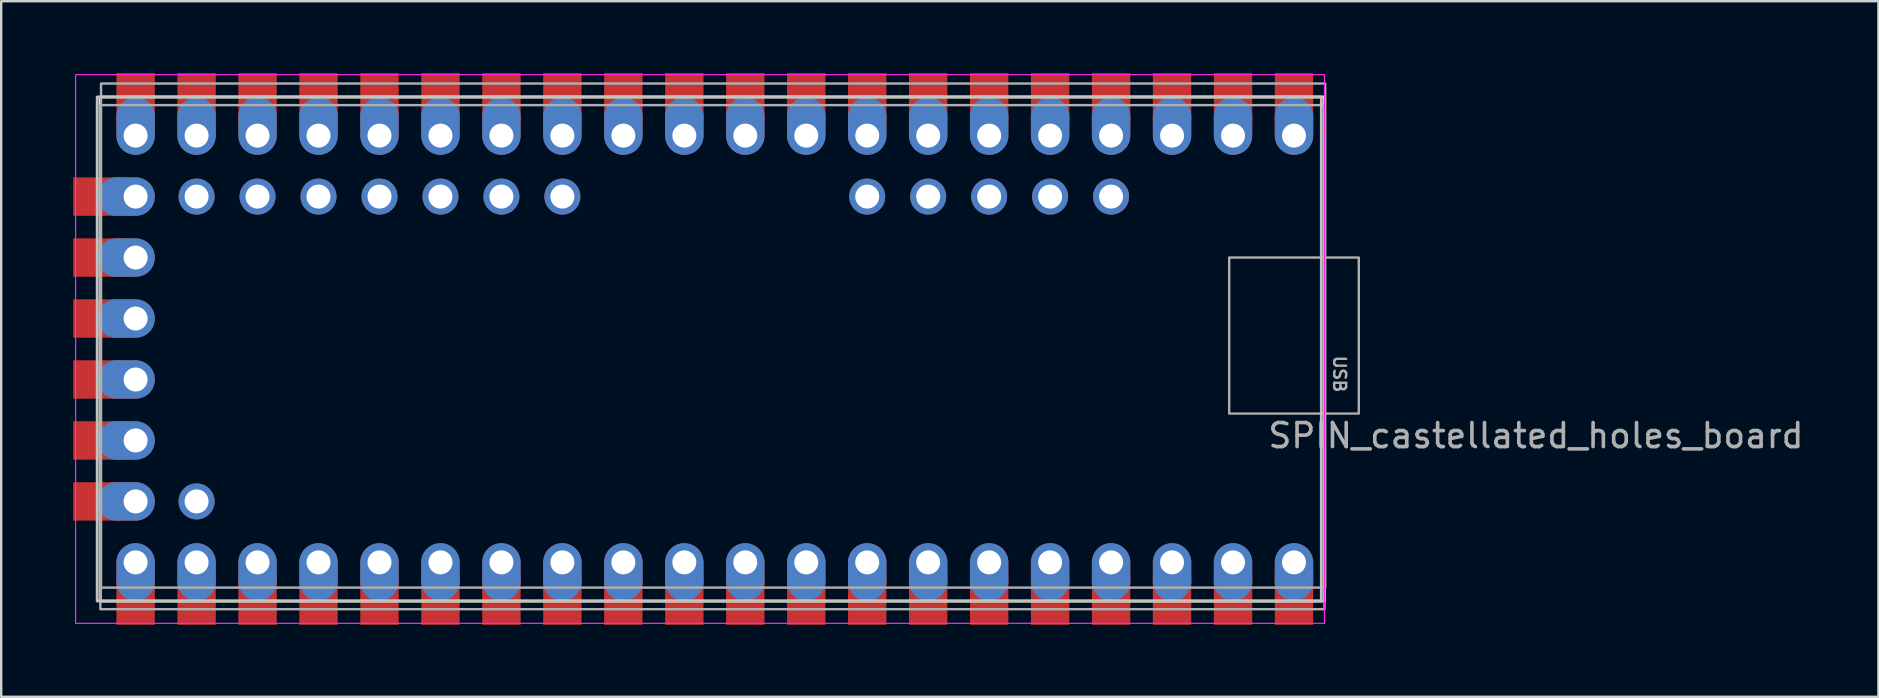
<source format=kicad_pcb>
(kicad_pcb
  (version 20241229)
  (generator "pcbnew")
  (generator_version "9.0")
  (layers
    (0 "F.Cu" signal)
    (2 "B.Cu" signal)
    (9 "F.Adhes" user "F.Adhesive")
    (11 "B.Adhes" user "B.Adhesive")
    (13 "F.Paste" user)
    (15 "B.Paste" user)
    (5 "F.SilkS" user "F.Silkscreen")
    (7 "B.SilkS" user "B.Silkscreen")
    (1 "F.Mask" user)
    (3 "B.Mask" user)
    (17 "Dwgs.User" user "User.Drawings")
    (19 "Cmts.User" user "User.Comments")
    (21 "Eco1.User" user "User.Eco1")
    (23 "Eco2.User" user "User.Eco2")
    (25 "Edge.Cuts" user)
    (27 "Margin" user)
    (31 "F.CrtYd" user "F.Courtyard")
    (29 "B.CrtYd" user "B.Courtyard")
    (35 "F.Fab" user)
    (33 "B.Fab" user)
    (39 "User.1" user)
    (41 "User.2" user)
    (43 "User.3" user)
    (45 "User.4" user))
  (footprint "SPIN_castellated_holes_board"
    (layer "F.Cu")
    (at 50.86 2.6)
    (property "Reference" "SPIN_castellated_holes_board" (at 10.08 12.5 0) (unlocked yes) (layer "F.Fab") (effects (font (size 1 1) (thickness 0.15))))
    (attr through_hole exclude_from_pos_files exclude_from_bom allow_missing_courtyard)
    (fp_rect (start -49.73 -1.61) (end 1.27 19.39) (stroke (width 0.12) (type solid)) (fill no) (layer "F.SilkS"))
    (fp_rect (start -49.86 -1.61) (end 1.14 19.39) (stroke (width 0.12) (type solid)) (fill no) (layer "Dwgs.User"))
    (fp_rect (start -50.76 -2.54) (end 1.27 20.32) (stroke (width 0.05) (type solid)) (fill no) (layer "F.CrtYd"))
    (fp_rect (start -49.73 -1.27) (end 1.27 19.73) (stroke (width 0.1) (type solid)) (fill no) (layer "F.Fab"))
    (fp_rect (start -49.7 -2.17) (end 1.3 18.83) (stroke (width 0.1) (type solid)) (fill no) (layer "F.Fab"))
    (fp_rect (start -2.7 5.08) (end 2.7 11.58) (stroke (width 0.1) (type solid)) (fill no) (layer "F.Fab"))
    (fp_text user "USB" (at 1.9 9.93 270) (unlocked yes) (layer "F.Fab") (effects (font (size 0.5 0.5) (thickness 0.1))))
    (pad "1" smd rect (at 0 -1.6) (size 1.6 2) (layers "F.Cu" "F.Mask" "F.Paste"))
    (pad "1" thru_hole oval (at 0 0) (size 1.6 2.4) (drill 1 (offset 0 -0.4)) (layers "*.Cu" "*.Mask"))
    (pad "2" smd rect (at -2.54 -1.6) (size 1.6 2) (layers "F.Cu" "F.Mask" "F.Paste"))
    (pad "2" thru_hole oval (at -2.54 0) (size 1.6 2.4) (drill 1 (offset 0 -0.4)) (layers "*.Cu" "*.Mask"))
    (pad "3" smd rect (at -5.08 -1.6) (size 1.6 2) (layers "F.Cu" "F.Mask" "F.Paste"))
    (pad "3" thru_hole oval (at -5.08 0) (size 1.6 2.4) (drill 1 (offset 0 -0.4)) (layers "*.Cu" "*.Mask"))
    (pad "4" smd rect (at -7.62 -1.6) (size 1.6 2) (layers "F.Cu" "F.Mask" "F.Paste"))
    (pad "4" thru_hole oval (at -7.62 0) (size 1.6 2.4) (drill 1 (offset 0 -0.4)) (layers "*.Cu" "*.Mask"))
    (pad "5" smd rect (at -10.16 -1.6) (size 1.6 2) (layers "F.Cu" "F.Mask" "F.Paste"))
    (pad "5" thru_hole oval (at -10.16 0) (size 1.6 2.4) (drill 1 (offset 0 -0.4)) (layers "*.Cu" "*.Mask"))
    (pad "6" smd rect (at -12.7 -1.6) (size 1.6 2) (layers "F.Cu" "F.Mask" "F.Paste"))
    (pad "6" thru_hole oval (at -12.7 0) (size 1.6 2.4) (drill 1 (offset 0 -0.4)) (layers "*.Cu" "*.Mask"))
    (pad "7" smd rect (at -15.24 -1.6) (size 1.6 2) (layers "F.Cu" "F.Mask" "F.Paste"))
    (pad "7" thru_hole oval (at -15.24 0) (size 1.6 2.4) (drill 1 (offset 0 -0.4)) (layers "*.Cu" "*.Mask"))
    (pad "8" smd rect (at -17.78 -1.6) (size 1.6 2) (layers "F.Cu" "F.Mask" "F.Paste"))
    (pad "8" thru_hole oval (at -17.78 0) (size 1.6 2.4) (drill 1 (offset 0 -0.4)) (layers "*.Cu" "*.Mask"))
    (pad "9" smd rect (at -20.32 -1.6) (size 1.6 2) (layers "F.Cu" "F.Mask" "F.Paste"))
    (pad "9" thru_hole oval (at -20.32 0) (size 1.6 2.4) (drill 1 (offset 0 -0.4)) (layers "*.Cu" "*.Mask"))
    (pad "10" smd rect (at -22.86 -1.6) (size 1.6 2) (layers "F.Cu" "F.Mask" "F.Paste"))
    (pad "10" thru_hole oval (at -22.86 0) (size 1.6 2.4) (drill 1 (offset 0 -0.4)) (layers "*.Cu" "*.Mask"))
    (pad "11" smd rect (at -25.4 -1.6) (size 1.6 2) (layers "F.Cu" "F.Mask" "F.Paste"))
    (pad "11" thru_hole oval (at -25.4 0) (size 1.6 2.4) (drill 1 (offset 0 -0.4)) (layers "*.Cu" "*.Mask"))
    (pad "12" smd rect (at -27.94 -1.6) (size 1.6 2) (layers "F.Cu" "F.Mask" "F.Paste"))
    (pad "12" thru_hole oval (at -27.94 0) (size 1.6 2.4) (drill 1 (offset 0 -0.4)) (layers "*.Cu" "*.Mask"))
    (pad "13" smd rect (at -30.48 -1.6) (size 1.6 2) (layers "F.Cu" "F.Mask" "F.Paste"))
    (pad "13" thru_hole oval (at -30.48 0) (size 1.6 2.4) (drill 1 (offset 0 -0.4)) (layers "*.Cu" "*.Mask"))
    (pad "14" smd rect (at -33.02 -1.6) (size 1.6 2) (layers "F.Cu" "F.Mask" "F.Paste"))
    (pad "14" thru_hole oval (at -33.02 0) (size 1.6 2.4) (drill 1 (offset 0 -0.4)) (layers "*.Cu" "*.Mask"))
    (pad "15" smd rect (at -35.56 -1.6) (size 1.6 2) (layers "F.Cu" "F.Mask" "F.Paste"))
    (pad "15" thru_hole oval (at -35.56 0) (size 1.6 2.4) (drill 1 (offset 0 -0.4)) (layers "*.Cu" "*.Mask"))
    (pad "16" smd rect (at -38.1 -1.6) (size 1.6 2) (layers "F.Cu" "F.Mask" "F.Paste"))
    (pad "16" thru_hole oval (at -38.1 0) (size 1.6 2.4) (drill 1 (offset 0 -0.4)) (layers "*.Cu" "*.Mask"))
    (pad "17" smd rect (at -40.64 -1.6) (size 1.6 2) (layers "F.Cu" "F.Mask" "F.Paste"))
    (pad "17" thru_hole oval (at -40.64 0) (size 1.6 2.4) (drill 1 (offset 0 -0.4)) (layers "*.Cu" "*.Mask"))
    (pad "18" smd rect (at -43.18 -1.6) (size 1.6 2) (layers "F.Cu" "F.Mask" "F.Paste"))
    (pad "18" thru_hole oval (at -43.18 0) (size 1.6 2.4) (drill 1 (offset 0 -0.4)) (layers "*.Cu" "*.Mask"))
    (pad "19" smd rect (at -45.72 -1.6) (size 1.6 2) (layers "F.Cu" "F.Mask" "F.Paste"))
    (pad "19" thru_hole oval (at -45.72 0) (size 1.6 2.4) (drill 1 (offset 0 -0.4)) (layers "*.Cu" "*.Mask"))
    (pad "20" smd rect (at -48.26 -1.6) (size 1.6 2) (layers "F.Cu" "F.Mask" "F.Paste"))
    (pad "20" thru_hole oval (at -48.26 0) (size 1.6 2.4) (drill 1 (offset 0 -0.4)) (layers "*.Cu" "*.Mask"))
    (pad "21" thru_hole oval (at -48.26 17.78 180) (size 1.6 2.4) (drill 1 (offset 0 -0.4)) (layers "*.Cu" "*.Mask"))
    (pad "21" smd rect (at -48.26 19.38) (size 1.6 2) (layers "F.Cu" "F.Mask" "F.Paste"))
    (pad "22" thru_hole oval (at -45.72 17.78 180) (size 1.6 2.4) (drill 1 (offset 0 -0.4)) (layers "*.Cu" "*.Mask"))
    (pad "22" smd rect (at -45.72 19.38) (size 1.6 2) (layers "F.Cu" "F.Mask" "F.Paste"))
    (pad "23" thru_hole oval (at -43.18 17.78 180) (size 1.6 2.4) (drill 1 (offset 0 -0.4)) (layers "*.Cu" "*.Mask"))
    (pad "23" smd rect (at -43.18 19.38) (size 1.6 2) (layers "F.Cu" "F.Mask" "F.Paste"))
    (pad "24" thru_hole oval (at -40.64 17.78 180) (size 1.6 2.4) (drill 1 (offset 0 -0.4)) (layers "*.Cu" "*.Mask"))
    (pad "24" smd rect (at -40.64 19.38) (size 1.6 2) (layers "F.Cu" "F.Mask" "F.Paste"))
    (pad "25" thru_hole oval (at -38.1 17.78 180) (size 1.6 2.4) (drill 1 (offset 0 -0.4)) (layers "*.Cu" "*.Mask"))
    (pad "25" smd rect (at -38.1 19.38) (size 1.6 2) (layers "F.Cu" "F.Mask" "F.Paste"))
    (pad "26" thru_hole oval (at -35.56 17.78 180) (size 1.6 2.4) (drill 1 (offset 0 -0.4)) (layers "*.Cu" "*.Mask"))
    (pad "26" smd rect (at -35.56 19.38) (size 1.6 2) (layers "F.Cu" "F.Mask" "F.Paste"))
    (pad "27" thru_hole oval (at -33.02 17.78 180) (size 1.6 2.4) (drill 1 (offset 0 -0.4)) (layers "*.Cu" "*.Mask"))
    (pad "27" smd rect (at -33.02 19.38) (size 1.6 2) (layers "F.Cu" "F.Mask" "F.Paste"))
    (pad "28" thru_hole oval (at -30.48 17.78 180) (size 1.6 2.4) (drill 1 (offset 0 -0.4)) (layers "*.Cu" "*.Mask"))
    (pad "28" smd rect (at -30.48 19.38) (size 1.6 2) (layers "F.Cu" "F.Mask" "F.Paste"))
    (pad "29" thru_hole oval (at -27.94 17.78 180) (size 1.6 2.4) (drill 1 (offset 0 -0.4)) (layers "*.Cu" "*.Mask"))
    (pad "29" smd rect (at -27.94 19.38) (size 1.6 2) (layers "F.Cu" "F.Mask" "F.Paste"))
    (pad "30" thru_hole oval (at -25.4 17.78 180) (size 1.6 2.4) (drill 1 (offset 0 -0.4)) (layers "*.Cu" "*.Mask"))
    (pad "30" smd rect (at -25.4 19.38) (size 1.6 2) (layers "F.Cu" "F.Mask" "F.Paste"))
    (pad "31" thru_hole oval (at -22.86 17.78 180) (size 1.6 2.4) (drill 1 (offset 0 -0.4)) (layers "*.Cu" "*.Mask"))
    (pad "31" smd rect (at -22.86 19.38) (size 1.6 2) (layers "F.Cu" "F.Mask" "F.Paste"))
    (pad "32" thru_hole oval (at -20.32 17.78 180) (size 1.6 2.4) (drill 1 (offset 0 -0.4)) (layers "*.Cu" "*.Mask"))
    (pad "32" smd rect (at -20.32 19.38) (size 1.6 2) (layers "F.Cu" "F.Mask" "F.Paste"))
    (pad "33" thru_hole oval (at -17.78 17.78 180) (size 1.6 2.4) (drill 1 (offset 0 -0.4)) (layers "*.Cu" "*.Mask"))
    (pad "33" smd rect (at -17.78 19.38) (size 1.6 2) (layers "F.Cu" "F.Mask" "F.Paste"))
    (pad "34" thru_hole oval (at -15.24 17.78 180) (size 1.6 2.4) (drill 1 (offset 0 -0.4)) (layers "*.Cu" "*.Mask"))
    (pad "34" smd rect (at -15.24 19.38) (size 1.6 2) (layers "F.Cu" "F.Mask" "F.Paste"))
    (pad "35" thru_hole oval (at -12.7 17.78 180) (size 1.6 2.4) (drill 1 (offset 0 -0.4)) (layers "*.Cu" "*.Mask"))
    (pad "35" smd rect (at -12.7 19.38) (size 1.6 2) (layers "F.Cu" "F.Mask" "F.Paste"))
    (pad "36" thru_hole oval (at -10.16 17.78 180) (size 1.6 2.4) (drill 1 (offset 0 -0.4)) (layers "*.Cu" "*.Mask"))
    (pad "36" smd rect (at -10.16 19.38) (size 1.6 2) (layers "F.Cu" "F.Mask" "F.Paste"))
    (pad "37" thru_hole oval (at -7.62 17.78 180) (size 1.6 2.4) (drill 1 (offset 0 -0.4)) (layers "*.Cu" "*.Mask"))
    (pad "37" smd rect (at -7.62 19.38) (size 1.6 2) (layers "F.Cu" "F.Mask" "F.Paste"))
    (pad "38" thru_hole oval (at -5.08 17.78 180) (size 1.6 2.4) (drill 1 (offset 0 -0.4)) (layers "*.Cu" "*.Mask"))
    (pad "38" smd rect (at -5.08 19.38) (size 1.6 2) (layers "F.Cu" "F.Mask" "F.Paste"))
    (pad "39" thru_hole oval (at -2.54 17.78 180) (size 1.6 2.4) (drill 1 (offset 0 -0.4)) (layers "*.Cu" "*.Mask"))
    (pad "39" smd rect (at -2.54 19.38) (size 1.6 2) (layers "F.Cu" "F.Mask" "F.Paste"))
    (pad "40" thru_hole oval (at 0 17.78 180) (size 1.6 2.4) (drill 1 (offset 0 -0.4)) (layers "*.Cu" "*.Mask"))
    (pad "40" smd rect (at 0 19.38) (size 1.6 2) (layers "F.Cu" "F.Mask" "F.Paste"))
    (pad "41" thru_hole circle (at -7.62 2.54 90) (size 1.5 1.5) (drill 1) (property pad_prop_castellated) (layers "*.Cu" "*.Mask"))
    (pad "42" thru_hole circle (at -10.16 2.54 90) (size 1.5 1.5) (drill 1) (property pad_prop_castellated) (layers "*.Cu" "*.Mask"))
    (pad "43" thru_hole circle (at -12.7 2.54 90) (size 1.5 1.5) (drill 1) (property pad_prop_castellated) (layers "*.Cu" "*.Mask"))
    (pad "44" thru_hole circle (at -15.24 2.54 90) (size 1.5 1.5) (drill 1) (property pad_prop_castellated) (layers "*.Cu" "*.Mask"))
    (pad "45" thru_hole circle (at -17.78 2.54 90) (size 1.5 1.5) (drill 1) (property pad_prop_castellated) (layers "*.Cu" "*.Mask"))
    (pad "46" thru_hole circle (at -30.48 2.54 90) (size 1.5 1.5) (drill 1) (property pad_prop_castellated) (layers "*.Cu" "*.Mask"))
    (pad "47" thru_hole circle (at -33.02 2.54 90) (size 1.5 1.5) (drill 1) (property pad_prop_castellated) (layers "*.Cu" "*.Mask"))
    (pad "48" thru_hole circle (at -35.56 2.54 90) (size 1.5 1.5) (drill 1) (property pad_prop_castellated) (layers "*.Cu" "*.Mask"))
    (pad "49" thru_hole circle (at -38.1 2.54 90) (size 1.5 1.5) (drill 1) (property pad_prop_castellated) (layers "*.Cu" "*.Mask"))
    (pad "50" thru_hole circle (at -40.64 2.54 90) (size 1.5 1.5) (drill 1) (property pad_prop_castellated) (layers "*.Cu" "*.Mask"))
    (pad "51" thru_hole circle (at -43.18 2.54 90) (size 1.5 1.5) (drill 1) (property pad_prop_castellated) (layers "*.Cu" "*.Mask"))
    (pad "52" thru_hole circle (at -45.72 2.54 90) (size 1.5 1.5) (drill 1) (property pad_prop_castellated) (layers "*.Cu" "*.Mask"))
    (pad "53" smd rect (at -49.86 2.54 90) (size 1.6 2) (layers "F.Cu" "F.Mask" "F.Paste"))
    (pad "53" thru_hole oval (at -48.26 2.54 90) (size 1.6 2.4) (drill 1 (offset 0 -0.4)) (layers "*.Cu" "*.Mask"))
    (pad "54" smd rect (at -49.86 5.08 90) (size 1.6 2) (layers "F.Cu" "F.Mask" "F.Paste"))
    (pad "54" thru_hole oval (at -48.26 5.08 90) (size 1.6 2.4) (drill 1 (offset 0 -0.4)) (layers "*.Cu" "*.Mask"))
    (pad "55" smd rect (at -49.86 7.62 90) (size 1.6 2) (layers "F.Cu" "F.Mask" "F.Paste"))
    (pad "55" thru_hole oval (at -48.26 7.62 90) (size 1.6 2.4) (drill 1 (offset 0 -0.4)) (layers "*.Cu" "*.Mask"))
    (pad "56" smd rect (at -49.86 10.16 90) (size 1.6 2) (layers "F.Cu" "F.Mask" "F.Paste"))
    (pad "56" thru_hole oval (at -48.26 10.16 90) (size 1.6 2.4) (drill 1 (offset 0 -0.4)) (layers "*.Cu" "*.Mask"))
    (pad "57" smd rect (at -49.86 12.7 90) (size 1.6 2) (layers "F.Cu" "F.Mask" "F.Paste"))
    (pad "57" thru_hole oval (at -48.26 12.7 90) (size 1.6 2.4) (drill 1 (offset 0 -0.4)) (layers "*.Cu" "*.Mask"))
    (pad "58" smd rect (at -49.86 15.24 90) (size 1.6 2) (layers "F.Cu" "F.Mask" "F.Paste"))
    (pad "58" thru_hole oval (at -48.26 15.24 90) (size 1.6 2.4) (drill 1 (offset 0 -0.4)) (layers "*.Cu" "*.Mask"))
    (pad "59" thru_hole circle (at -45.72 15.24 90) (size 1.5 1.5) (drill 1) (property pad_prop_castellated) (layers "*.Cu" "*.Mask")))
  (gr_rect
    (start -3 -3)
    (end 75.208 25.98)
    (stroke (width 0.1) (type default))
    (fill no)
    (layer "Edge.Cuts")))
</source>
